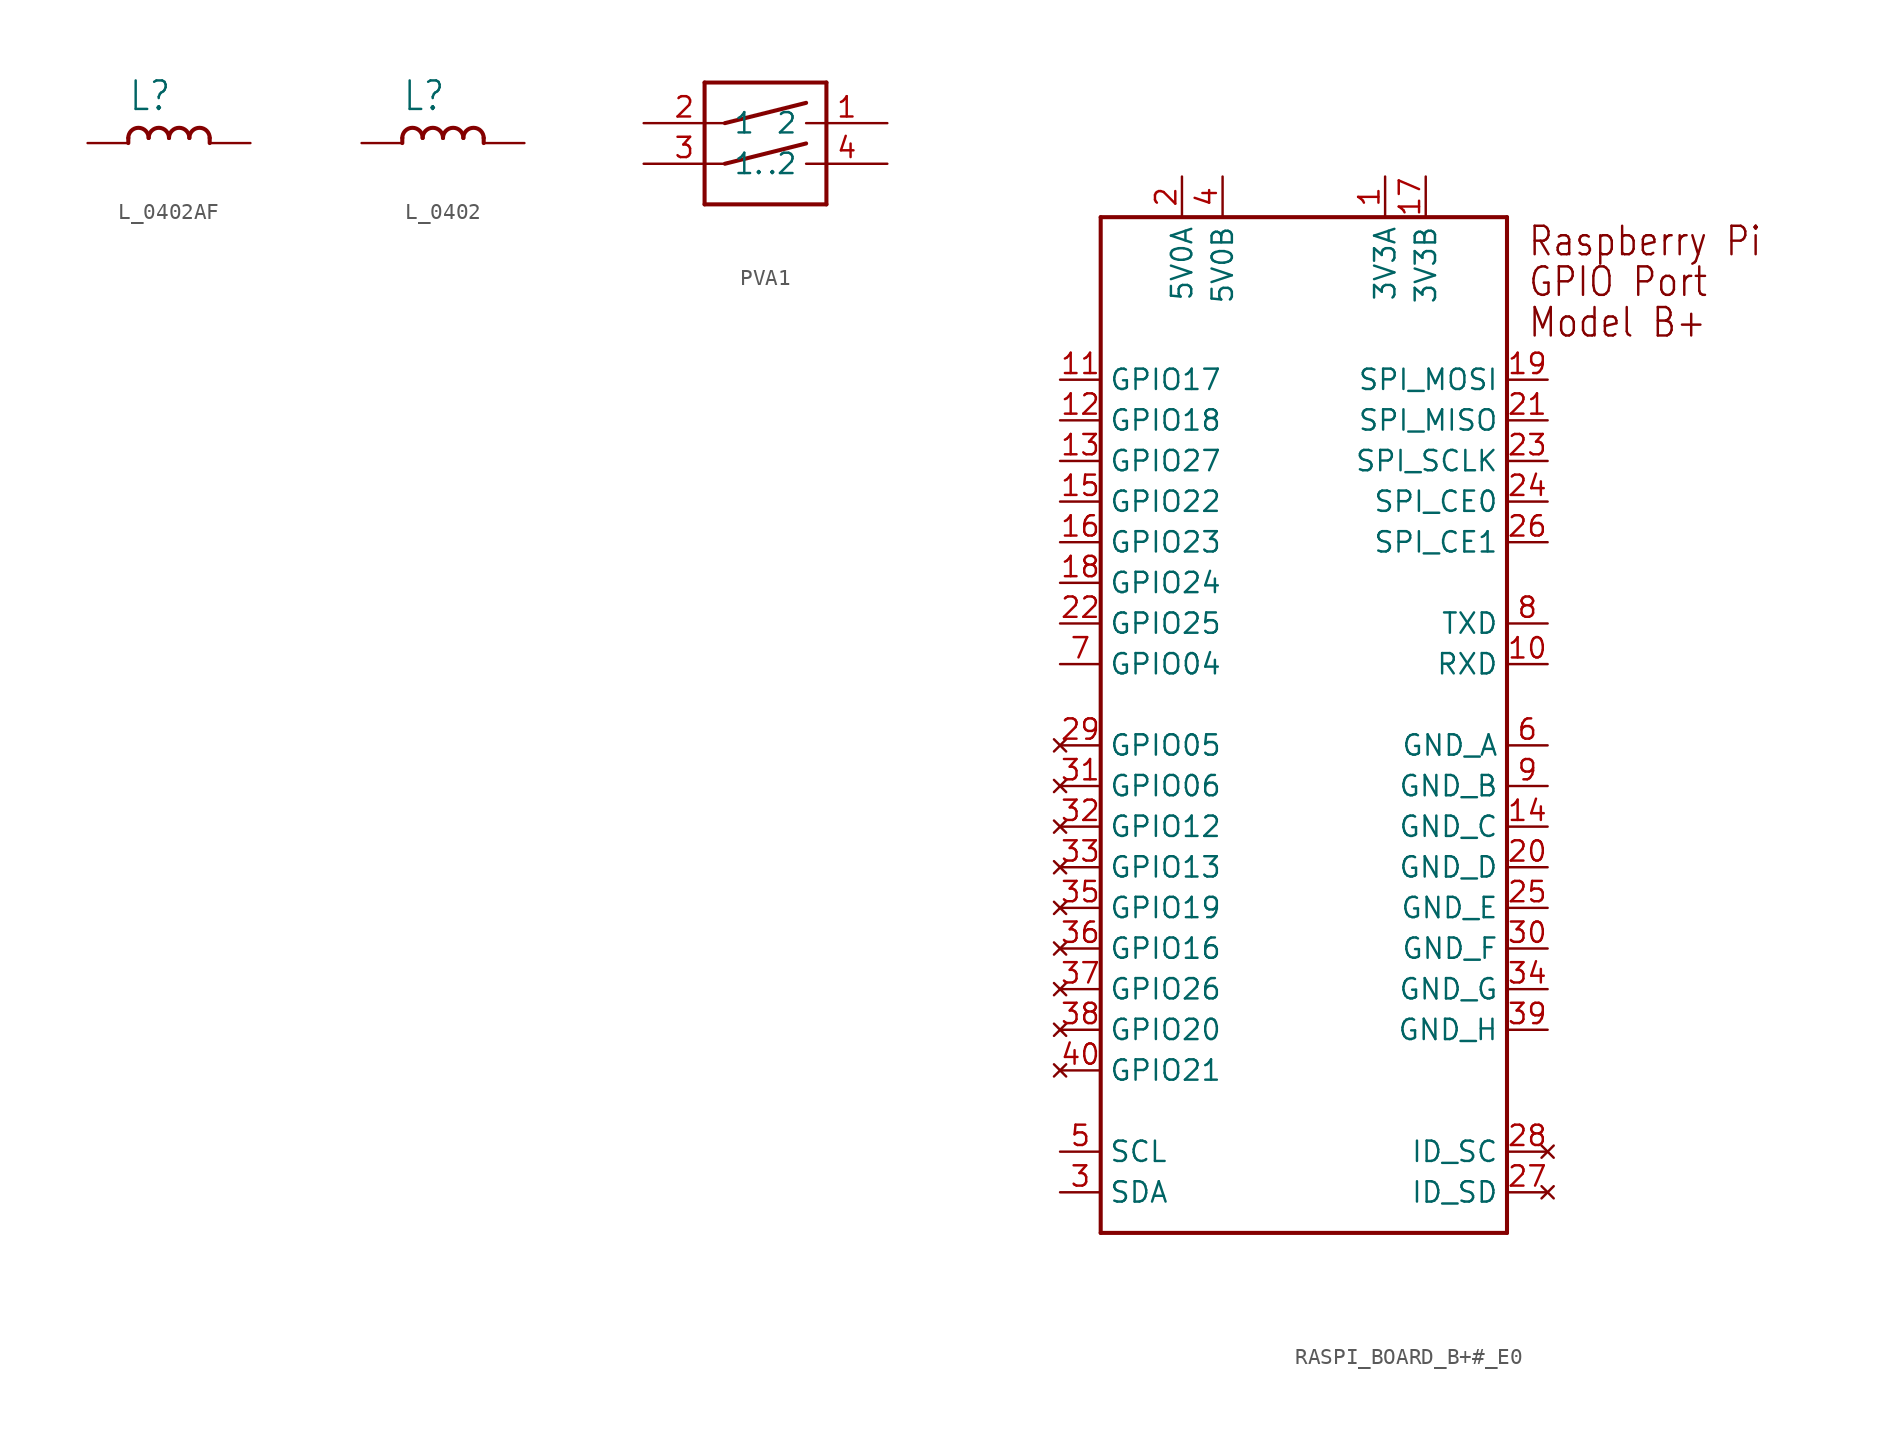
<source format=kicad_sym>
(kicad_symbol_lib
  (version 20231120)
  (generator "kicad_symbol_editor")
  (generator_version "8.0")
  (symbol "L_0402AF"
    (property "Reference" "L"
      (at -2.54 1.905 0)
      (effects (font (size 1.778 1.511)) (justify left bottom)))
    (property "Value" ""
      (at -2.54 -2.54 0)
      (effects (font (size 1.778 1.511)) (justify left bottom)))
    (property "ki_locked" ""
      (at 0 0 0)
      (effects (font (size 1.27 1.27))))
    (symbol "L_0402AF_1_0"
      (arc (start -1.27 0.3173) (mid -1.9049 0.9524) (end -2.54 0.3175) (stroke (width 0.254) (type solid)) (fill (type none)))
      (polyline (pts (xy -2.54 0.318) (xy -2.54 0)) (stroke (width 0.254) (type solid)) (fill (type none)))
      (polyline (pts (xy 2.54 0.318) (xy 2.54 0)) (stroke (width 0.254) (type solid)) (fill (type none)))
      (arc (start 0 0.3173) (mid -0.6349 0.9524) (end -1.27 0.3175) (stroke (width 0.254) (type solid)) (fill (type none)))
      (arc (start 1.27 0.3173) (mid 0.6351 0.9524) (end 0 0.3175) (stroke (width 0.254) (type solid)) (fill (type none)))
      (arc (start 2.54 0.3173) (mid 1.9051 0.9524) (end 1.27 0.3175) (stroke (width 0.254) (type solid)) (fill (type none)))
      (pin passive line (at 5.08 0 180) (length 2.54) (name "1" (effects (font (size 0 0)))) (number "1" (effects (font (size 0 0)))))
      (pin passive line (at -5.08 0 0) (length 2.54) (name "2" (effects (font (size 0 0)))) (number "2" (effects (font (size 0 0)))))))
  (symbol "L_0402"
    (property "Reference" "L"
      (at -2.54 1.905 0)
      (effects (font (size 1.778 1.511)) (justify left bottom)))
    (property "Value" ""
      (at -2.54 -2.54 0)
      (effects (font (size 1.778 1.511)) (justify left bottom)))
    (property "ki_locked" ""
      (at 0 0 0)
      (effects (font (size 1.27 1.27))))
    (symbol "L_0402_1_0"
      (arc (start -1.27 0.3173) (mid -1.9049 0.9524) (end -2.54 0.3175) (stroke (width 0.254) (type solid)) (fill (type none)))
      (polyline (pts (xy -2.54 0.318) (xy -2.54 0)) (stroke (width 0.254) (type solid)) (fill (type none)))
      (polyline (pts (xy 2.54 0.318) (xy 2.54 0)) (stroke (width 0.254) (type solid)) (fill (type none)))
      (arc (start 0 0.3173) (mid -0.6349 0.9524) (end -1.27 0.3175) (stroke (width 0.254) (type solid)) (fill (type none)))
      (arc (start 1.27 0.3173) (mid 0.6351 0.9524) (end 0 0.3175) (stroke (width 0.254) (type solid)) (fill (type none)))
      (arc (start 2.54 0.3173) (mid 1.9051 0.9524) (end 1.27 0.3175) (stroke (width 0.254) (type solid)) (fill (type none)))
      (pin passive line (at 5.08 0 180) (length 2.54) (name "1" (effects (font (size 0 0)))) (number "1" (effects (font (size 0 0)))))
      (pin passive line (at -5.08 0 0) (length 2.54) (name "2" (effects (font (size 0 0)))) (number "2" (effects (font (size 0 0)))))))
  (symbol "PVA1"
    (property "Reference" ""
      (at -3.81 3.81 0)
      (effects (font (size 1.27 1.079)) (justify left bottom) (hide yes)))
    (property "Value" ""
      (at -3.81 -7.62 0)
      (effects (font (size 1.27 1.079)) (justify left bottom)))
    (property "ki_locked" ""
      (at 0 0 0)
      (effects (font (size 1.27 1.27))))
    (symbol "PVA1_1_0"
      (polyline (pts (xy -3.81 -5.08) (xy 3.81 -5.08)) (stroke (width 0.254) (type solid)) (fill (type none)))
      (polyline (pts (xy -3.81 2.54) (xy -3.81 -5.08)) (stroke (width 0.254) (type solid)) (fill (type none)))
      (polyline (pts (xy -2.54 -2.54) (xy 2.54 -1.27)) (stroke (width 0.254) (type solid)) (fill (type none)))
      (polyline (pts (xy -2.54 0) (xy 2.54 1.27)) (stroke (width 0.254) (type solid)) (fill (type none)))
      (polyline (pts (xy 3.81 -5.08) (xy 3.81 2.54)) (stroke (width 0.254) (type solid)) (fill (type none)))
      (polyline (pts (xy 3.81 2.54) (xy -3.81 2.54)) (stroke (width 0.254) (type solid)) (fill (type none)))
      (pin bidirectional line (at 7.62 0 180) (length 5.08) (name "2" (effects (font (size 1.27 1.27)))) (number "1" (effects (font (size 1.27 1.27)))))
      (pin bidirectional line (at -7.62 0 0) (length 5.08) (name "1" (effects (font (size 1.27 1.27)))) (number "2" (effects (font (size 1.27 1.27)))))
      (pin bidirectional line (at -7.62 -2.54 0) (length 5.08) (name "1." (effects (font (size 1.27 1.27)))) (number "3" (effects (font (size 1.27 1.27)))))
      (pin bidirectional line (at 7.62 -2.54 180) (length 5.08) (name ".2" (effects (font (size 1.27 1.27)))) (number "4" (effects (font (size 1.27 1.27)))))))
  (symbol "RASPI_BOARD_B+#_E0"
    (property "Reference" "X"
      (at 0 0 0)
      (effects (font (size 1.27 1.27)) (hide yes)))
    (property "ki_locked" ""
      (at 0 0 0)
      (effects (font (size 1.27 1.27))))
    (symbol "RASPI_BOARD_B+#_E0_1_0"
      (polyline (pts (xy -12.7 -38.1) (xy -12.7 25.4)) (stroke (width 0.254) (type solid)) (fill (type none)))
      (polyline (pts (xy -12.7 25.4) (xy 12.7 25.4)) (stroke (width 0.254) (type solid)) (fill (type none)))
      (polyline (pts (xy 12.7 -38.1) (xy -12.7 -38.1)) (stroke (width 0.254) (type solid)) (fill (type none)))
      (polyline (pts (xy 12.7 25.4) (xy 12.7 -38.1)) (stroke (width 0.254) (type solid)) (fill (type none)))
      (text "GPIO Port" (at 13.97 20.32 0) (effects (font (size 1.778 1.511)) (justify left bottom)))
      (text "Model B+" (at 13.97 17.78 0) (effects (font (size 1.778 1.511)) (justify left bottom)))
      (text "Raspberry Pi" (at 13.97 22.86 0) (effects (font (size 1.778 1.511)) (justify left bottom)))
      (pin power_in line (at 5.08 27.94 270) (length 2.54) (name "3V3A" (effects (font (size 1.27 1.27)))) (number "1" (effects (font (size 1.27 1.27)))))
      (pin bidirectional line (at 15.24 -2.54 180) (length 2.54) (name "RXD" (effects (font (size 1.27 1.27)))) (number "10" (effects (font (size 1.27 1.27)))))
      (pin bidirectional line (at -15.24 15.24 0) (length 2.54) (name "GPIO17" (effects (font (size 1.27 1.27)))) (number "11" (effects (font (size 1.27 1.27)))))
      (pin bidirectional line (at -15.24 12.7 0) (length 2.54) (name "GPIO18" (effects (font (size 1.27 1.27)))) (number "12" (effects (font (size 1.27 1.27)))))
      (pin bidirectional line (at -15.24 10.16 0) (length 2.54) (name "GPIO27" (effects (font (size 1.27 1.27)))) (number "13" (effects (font (size 1.27 1.27)))))
      (pin power_in line (at 15.24 -12.7 180) (length 2.54) (name "GND_C" (effects (font (size 1.27 1.27)))) (number "14" (effects (font (size 1.27 1.27)))))
      (pin bidirectional line (at -15.24 7.62 0) (length 2.54) (name "GPIO22" (effects (font (size 1.27 1.27)))) (number "15" (effects (font (size 1.27 1.27)))))
      (pin bidirectional line (at -15.24 5.08 0) (length 2.54) (name "GPIO23" (effects (font (size 1.27 1.27)))) (number "16" (effects (font (size 1.27 1.27)))))
      (pin power_in line (at 7.62 27.94 270) (length 2.54) (name "3V3B" (effects (font (size 1.27 1.27)))) (number "17" (effects (font (size 1.27 1.27)))))
      (pin bidirectional line (at -15.24 2.54 0) (length 2.54) (name "GPIO24" (effects (font (size 1.27 1.27)))) (number "18" (effects (font (size 1.27 1.27)))))
      (pin bidirectional line (at 15.24 15.24 180) (length 2.54) (name "SPI_MOSI" (effects (font (size 1.27 1.27)))) (number "19" (effects (font (size 1.27 1.27)))))
      (pin power_in line (at -7.62 27.94 270) (length 2.54) (name "5V0A" (effects (font (size 1.27 1.27)))) (number "2" (effects (font (size 1.27 1.27)))))
      (pin power_in line (at 15.24 -15.24 180) (length 2.54) (name "GND_D" (effects (font (size 1.27 1.27)))) (number "20" (effects (font (size 1.27 1.27)))))
      (pin bidirectional line (at 15.24 12.7 180) (length 2.54) (name "SPI_MISO" (effects (font (size 1.27 1.27)))) (number "21" (effects (font (size 1.27 1.27)))))
      (pin bidirectional line (at -15.24 0 0) (length 2.54) (name "GPIO25" (effects (font (size 1.27 1.27)))) (number "22" (effects (font (size 1.27 1.27)))))
      (pin bidirectional line (at 15.24 10.16 180) (length 2.54) (name "SPI_SCLK" (effects (font (size 1.27 1.27)))) (number "23" (effects (font (size 1.27 1.27)))))
      (pin bidirectional line (at 15.24 7.62 180) (length 2.54) (name "SPI_CE0" (effects (font (size 1.27 1.27)))) (number "24" (effects (font (size 1.27 1.27)))))
      (pin power_in line (at 15.24 -17.78 180) (length 2.54) (name "GND_E" (effects (font (size 1.27 1.27)))) (number "25" (effects (font (size 1.27 1.27)))))
      (pin bidirectional line (at 15.24 5.08 180) (length 2.54) (name "SPI_CE1" (effects (font (size 1.27 1.27)))) (number "26" (effects (font (size 1.27 1.27)))))
      (pin no_connect line (at 15.24 -35.56 180) (length 2.54) (name "ID_SD" (effects (font (size 1.27 1.27)))) (number "27" (effects (font (size 1.27 1.27)))))
      (pin no_connect line (at 15.24 -33.02 180) (length 2.54) (name "ID_SC" (effects (font (size 1.27 1.27)))) (number "28" (effects (font (size 1.27 1.27)))))
      (pin no_connect line (at -15.24 -7.62 0) (length 2.54) (name "GPIO05" (effects (font (size 1.27 1.27)))) (number "29" (effects (font (size 1.27 1.27)))))
      (pin bidirectional line (at -15.24 -35.56 0) (length 2.54) (name "SDA" (effects (font (size 1.27 1.27)))) (number "3" (effects (font (size 1.27 1.27)))))
      (pin power_in line (at 15.24 -20.32 180) (length 2.54) (name "GND_F" (effects (font (size 1.27 1.27)))) (number "30" (effects (font (size 1.27 1.27)))))
      (pin no_connect line (at -15.24 -10.16 0) (length 2.54) (name "GPIO06" (effects (font (size 1.27 1.27)))) (number "31" (effects (font (size 1.27 1.27)))))
      (pin no_connect line (at -15.24 -12.7 0) (length 2.54) (name "GPIO12" (effects (font (size 1.27 1.27)))) (number "32" (effects (font (size 1.27 1.27)))))
      (pin no_connect line (at -15.24 -15.24 0) (length 2.54) (name "GPIO13" (effects (font (size 1.27 1.27)))) (number "33" (effects (font (size 1.27 1.27)))))
      (pin power_in line (at 15.24 -22.86 180) (length 2.54) (name "GND_G" (effects (font (size 1.27 1.27)))) (number "34" (effects (font (size 1.27 1.27)))))
      (pin no_connect line (at -15.24 -17.78 0) (length 2.54) (name "GPIO19" (effects (font (size 1.27 1.27)))) (number "35" (effects (font (size 1.27 1.27)))))
      (pin no_connect line (at -15.24 -20.32 0) (length 2.54) (name "GPIO16" (effects (font (size 1.27 1.27)))) (number "36" (effects (font (size 1.27 1.27)))))
      (pin no_connect line (at -15.24 -22.86 0) (length 2.54) (name "GPIO26" (effects (font (size 1.27 1.27)))) (number "37" (effects (font (size 1.27 1.27)))))
      (pin no_connect line (at -15.24 -25.4 0) (length 2.54) (name "GPIO20" (effects (font (size 1.27 1.27)))) (number "38" (effects (font (size 1.27 1.27)))))
      (pin power_in line (at 15.24 -25.4 180) (length 2.54) (name "GND_H" (effects (font (size 1.27 1.27)))) (number "39" (effects (font (size 1.27 1.27)))))
      (pin power_in line (at -5.08 27.94 270) (length 2.54) (name "5V0B" (effects (font (size 1.27 1.27)))) (number "4" (effects (font (size 1.27 1.27)))))
      (pin no_connect line (at -15.24 -27.94 0) (length 2.54) (name "GPIO21" (effects (font (size 1.27 1.27)))) (number "40" (effects (font (size 1.27 1.27)))))
      (pin bidirectional line (at -15.24 -33.02 0) (length 2.54) (name "SCL" (effects (font (size 1.27 1.27)))) (number "5" (effects (font (size 1.27 1.27)))))
      (pin power_in line (at 15.24 -7.62 180) (length 2.54) (name "GND_A" (effects (font (size 1.27 1.27)))) (number "6" (effects (font (size 1.27 1.27)))))
      (pin bidirectional line (at -15.24 -2.54 0) (length 2.54) (name "GPIO04" (effects (font (size 1.27 1.27)))) (number "7" (effects (font (size 1.27 1.27)))))
      (pin bidirectional line (at 15.24 0 180) (length 2.54) (name "TXD" (effects (font (size 1.27 1.27)))) (number "8" (effects (font (size 1.27 1.27)))))
      (pin power_in line (at 15.24 -10.16 180) (length 2.54) (name "GND_B" (effects (font (size 1.27 1.27)))) (number "9" (effects (font (size 1.27 1.27))))))))
</source>
